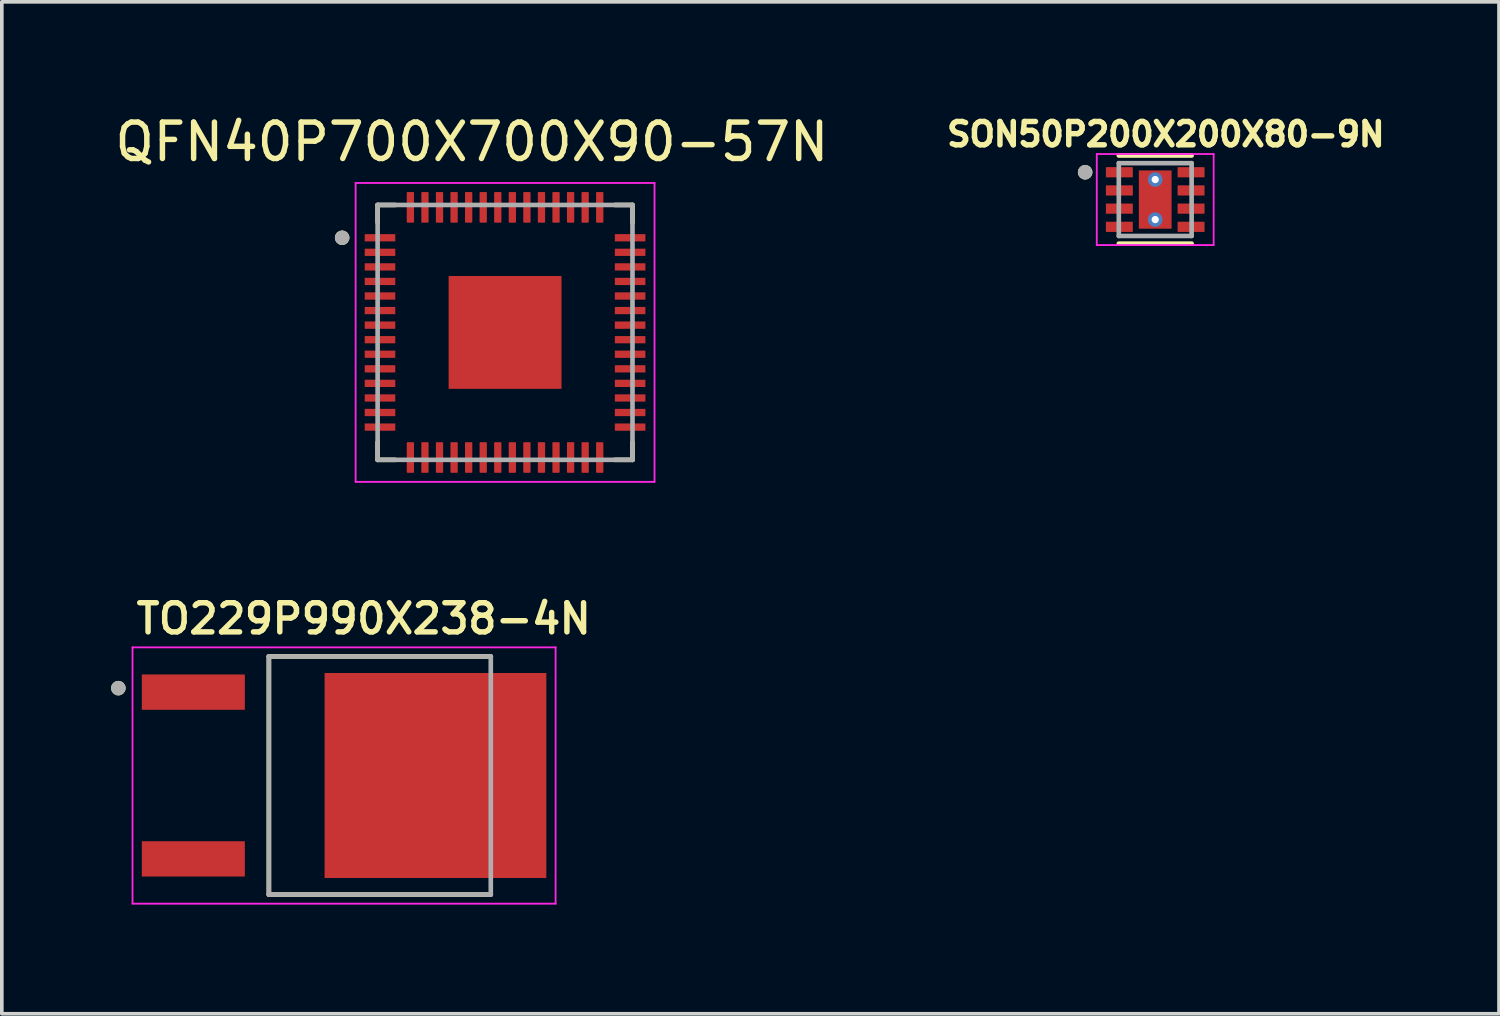
<source format=kicad_pcb>
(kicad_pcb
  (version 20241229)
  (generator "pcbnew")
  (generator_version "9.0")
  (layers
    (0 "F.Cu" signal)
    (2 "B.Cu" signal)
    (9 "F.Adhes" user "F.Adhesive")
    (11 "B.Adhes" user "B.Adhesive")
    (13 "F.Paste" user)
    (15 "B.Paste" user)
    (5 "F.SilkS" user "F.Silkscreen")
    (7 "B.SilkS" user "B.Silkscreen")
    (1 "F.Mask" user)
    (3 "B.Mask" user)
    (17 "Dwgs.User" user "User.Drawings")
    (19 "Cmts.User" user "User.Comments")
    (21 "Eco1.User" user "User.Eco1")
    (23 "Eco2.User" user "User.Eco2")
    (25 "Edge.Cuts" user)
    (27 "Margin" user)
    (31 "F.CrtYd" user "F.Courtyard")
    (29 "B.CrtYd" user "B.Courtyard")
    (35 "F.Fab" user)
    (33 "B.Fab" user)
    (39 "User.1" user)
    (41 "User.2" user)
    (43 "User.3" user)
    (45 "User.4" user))
  (footprint "TO229P990X238-4N"
    (layer "F.Cu")
    (at 6.4 18.25)
    (property "Reference" "TO229P990X238-4N" (at 0.54 -4.308 0) (layer "F.SilkS") (effects (font (size 0.8 0.8) (thickness 0.15))))
    (attr through_hole)
    (fp_line (start -2.065 -3.27) (end -2.065 3.27) (stroke (width 0.127) (type solid)) (layer "F.SilkS"))
    (fp_line (start -2.065 3.27) (end 4.03 3.27) (stroke (width 0.127) (type solid)) (layer "F.SilkS"))
    (fp_line (start 4.03 -3.27) (end -2.065 -3.27) (stroke (width 0.127) (type solid)) (layer "F.SilkS"))
    (fp_circle (center -6.2 -2.4) (end -6.1 -2.4) (stroke (width 0.2) (type solid)) (fill no) (layer "F.SilkS"))
    (fp_poly (pts (xy -0.175 -2.28) (xy 1.135 -2.28) (xy 1.135 -0.54) (xy -0.175 -0.54)) (stroke (width 0.01) (type solid)) (fill yes) (layer "F.Paste"))
    (fp_poly (pts (xy -0.175 0.54) (xy 1.135 0.54) (xy 1.135 2.28) (xy -0.175 2.28)) (stroke (width 0.01) (type solid)) (fill yes) (layer "F.Paste"))
    (fp_poly (pts (xy 1.855 -2.28) (xy 3.165 -2.28) (xy 3.165 -0.54) (xy 1.855 -0.54)) (stroke (width 0.01) (type solid)) (fill yes) (layer "F.Paste"))
    (fp_poly (pts (xy 1.855 0.54) (xy 3.165 0.54) (xy 3.165 2.28) (xy 1.855 2.28)) (stroke (width 0.01) (type solid)) (fill yes) (layer "F.Paste"))
    (fp_poly (pts (xy 3.885 -2.28) (xy 5.195 -2.28) (xy 5.195 -0.54) (xy 3.885 -0.54)) (stroke (width 0.01) (type solid)) (fill yes) (layer "F.Paste"))
    (fp_poly (pts (xy 3.885 0.54) (xy 5.195 0.54) (xy 5.195 2.28) (xy 3.885 2.28)) (stroke (width 0.01) (type solid)) (fill yes) (layer "F.Paste"))
    (fp_line (start -5.81 -3.52) (end -5.81 3.52) (stroke (width 0.05) (type solid)) (layer "F.CrtYd"))
    (fp_line (start -5.81 3.52) (end 5.81 3.52) (stroke (width 0.05) (type solid)) (layer "F.CrtYd"))
    (fp_line (start 5.81 -3.52) (end -5.81 -3.52) (stroke (width 0.05) (type solid)) (layer "F.CrtYd"))
    (fp_line (start 5.81 3.52) (end 5.81 -3.52) (stroke (width 0.05) (type solid)) (layer "F.CrtYd"))
    (fp_line (start -2.065 -3.27) (end -2.065 3.27) (stroke (width 0.127) (type solid)) (layer "F.Fab"))
    (fp_line (start -2.065 3.27) (end 4.03 3.27) (stroke (width 0.127) (type solid)) (layer "F.Fab"))
    (fp_line (start 4.03 -3.27) (end -2.065 -3.27) (stroke (width 0.127) (type solid)) (layer "F.Fab"))
    (fp_line (start 4.03 3.27) (end 4.03 -3.27) (stroke (width 0.127) (type solid)) (layer "F.Fab"))
    (fp_circle (center -6.2 -2.4) (end -6.1 -2.4) (stroke (width 0.2) (type solid)) (fill no) (layer "F.Fab"))
    (pad "1" smd rect (at -4.14 -2.29) (size 2.83 0.97) (layers "F.Cu" "F.Mask" "F.Paste"))
    (pad "3" smd rect (at -4.14 2.29) (size 2.83 0.97) (layers "F.Cu" "F.Mask" "F.Paste"))
    (pad "4" smd rect (at 2.51 0) (size 6.09 5.63) (layers "F.Cu" "F.Mask")))
  (footprint "SON50P200X200X80-9N"
    (layer "F.Cu")
    (at 28.679 2.431)
    (property "Reference" "SON50P200X200X80-9N" (at 0.292 -1.793 0) (layer "F.SilkS") (effects (font (size 0.64 0.64) (thickness 0.15))))
    (attr through_hole)
    (fp_line (start -1 -1.21) (end 1 -1.21) (stroke (width 0.127) (type solid)) (layer "F.SilkS"))
    (fp_line (start -1 1.21) (end 1 1.21) (stroke (width 0.127) (type solid)) (layer "F.SilkS"))
    (fp_circle (center -1.925 -0.75) (end -1.825 -0.75) (stroke (width 0.2) (type solid)) (fill no) (layer "F.SilkS"))
    (fp_poly (pts (xy -0.28 -0.51) (xy 0.28 -0.51) (xy 0.28 0.51) (xy -0.28 0.51)) (stroke (width 0.01) (type solid)) (fill yes) (layer "F.Paste"))
    (fp_line (start -1.605 -1.25) (end -1.605 1.25) (stroke (width 0.05) (type solid)) (layer "F.CrtYd"))
    (fp_line (start -1.605 -1.25) (end 1.605 -1.25) (stroke (width 0.05) (type solid)) (layer "F.CrtYd"))
    (fp_line (start -1.605 1.25) (end 1.605 1.25) (stroke (width 0.05) (type solid)) (layer "F.CrtYd"))
    (fp_line (start 1.605 -1.25) (end 1.605 1.25) (stroke (width 0.05) (type solid)) (layer "F.CrtYd"))
    (fp_line (start -1 -1) (end -1 1) (stroke (width 0.127) (type solid)) (layer "F.Fab"))
    (fp_line (start -1 -1) (end 1 -1) (stroke (width 0.127) (type solid)) (layer "F.Fab"))
    (fp_line (start -1 1) (end 1 1) (stroke (width 0.127) (type solid)) (layer "F.Fab"))
    (fp_line (start 1 -1) (end 1 1) (stroke (width 0.127) (type solid)) (layer "F.Fab"))
    (fp_circle (center -1.925 -0.75) (end -1.825 -0.75) (stroke (width 0.2) (type solid)) (fill no) (layer "F.Fab"))
    (pad "1" smd roundrect (at -0.985 -0.75) (size 0.74 0.28) (layers "F.Cu" "F.Mask" "F.Paste") (roundrect_rratio 0.04))
    (pad "2" smd roundrect (at -0.985 -0.25) (size 0.74 0.28) (layers "F.Cu" "F.Mask" "F.Paste") (roundrect_rratio 0.04))
    (pad "3" smd roundrect (at -0.985 0.25) (size 0.74 0.28) (layers "F.Cu" "F.Mask" "F.Paste") (roundrect_rratio 0.04))
    (pad "4" smd roundrect (at -0.985 0.75) (size 0.74 0.28) (layers "F.Cu" "F.Mask" "F.Paste") (roundrect_rratio 0.04))
    (pad "5" smd roundrect (at 0.985 0.75) (size 0.74 0.28) (layers "F.Cu" "F.Mask" "F.Paste") (roundrect_rratio 0.04))
    (pad "6" smd roundrect (at 0.985 0.25) (size 0.74 0.28) (layers "F.Cu" "F.Mask" "F.Paste") (roundrect_rratio 0.04))
    (pad "7" smd roundrect (at 0.985 -0.25) (size 0.74 0.28) (layers "F.Cu" "F.Mask" "F.Paste") (roundrect_rratio 0.04))
    (pad "8" smd roundrect (at 0.985 -0.75) (size 0.74 0.28) (layers "F.Cu" "F.Mask" "F.Paste") (roundrect_rratio 0.04))
    (pad "9" smd rect (at 0 0) (size 0.9 1.6) (layers "F.Cu" "F.Mask"))
    (pad "9_1" thru_hole circle (at 0 -0.55) (size 0.4 0.4) (drill 0.2) (layers "*.Cu"))
    (pad "9_2" thru_hole circle (at 0 0.55) (size 0.4 0.4) (drill 0.2) (layers "*.Cu")))
  (footprint "QFN40P700X700X90-57N"
    (layer "F.Cu")
    (at 10.822 6.08)
    (property "Reference" "QFN40P700X700X90-57N" (at -0.911 -5.232 0) (layer "F.SilkS") (effects (font (size 1 1) (thickness 0.15))))
    (attr through_hole)
    (fp_line (start -3.5 -3.5) (end -3.5 -3.02) (stroke (width 0.127) (type solid)) (layer "F.SilkS"))
    (fp_line (start -3.5 -3.5) (end -3.02 -3.5) (stroke (width 0.127) (type solid)) (layer "F.SilkS"))
    (fp_line (start -3.5 3.5) (end -3.5 3.02) (stroke (width 0.127) (type solid)) (layer "F.SilkS"))
    (fp_line (start -3.5 3.5) (end -3.02 3.5) (stroke (width 0.127) (type solid)) (layer "F.SilkS"))
    (fp_line (start 3.5 -3.5) (end 3.02 -3.5) (stroke (width 0.127) (type solid)) (layer "F.SilkS"))
    (fp_line (start 3.5 -3.5) (end 3.5 -3.02) (stroke (width 0.127) (type solid)) (layer "F.SilkS"))
    (fp_line (start 3.5 3.5) (end 3.02 3.5) (stroke (width 0.127) (type solid)) (layer "F.SilkS"))
    (fp_line (start 3.5 3.5) (end 3.5 3.02) (stroke (width 0.127) (type solid)) (layer "F.SilkS"))
    (fp_circle (center -4.475 -2.6) (end -4.375 -2.6) (stroke (width 0.2) (type solid)) (fill no) (layer "F.SilkS"))
    (fp_poly (pts (xy -0.98 -0.98) (xy 0.98 -0.98) (xy 0.98 0.98) (xy -0.98 0.98)) (stroke (width 0.01) (type solid)) (fill yes) (layer "F.Paste"))
    (fp_line (start -4.105 -4.105) (end 4.105 -4.105) (stroke (width 0.05) (type solid)) (layer "F.CrtYd"))
    (fp_line (start -4.105 4.105) (end -4.105 -4.105) (stroke (width 0.05) (type solid)) (layer "F.CrtYd"))
    (fp_line (start -4.105 4.105) (end 4.105 4.105) (stroke (width 0.05) (type solid)) (layer "F.CrtYd"))
    (fp_line (start 4.105 4.105) (end 4.105 -4.105) (stroke (width 0.05) (type solid)) (layer "F.CrtYd"))
    (fp_line (start -3.5 3.5) (end -3.5 -3.5) (stroke (width 0.127) (type solid)) (layer "F.Fab"))
    (fp_line (start 3.5 -3.5) (end -3.5 -3.5) (stroke (width 0.127) (type solid)) (layer "F.Fab"))
    (fp_line (start 3.5 3.5) (end -3.5 3.5) (stroke (width 0.127) (type solid)) (layer "F.Fab"))
    (fp_line (start 3.5 3.5) (end 3.5 -3.5) (stroke (width 0.127) (type solid)) (layer "F.Fab"))
    (fp_circle (center -4.475 -2.6) (end -4.375 -2.6) (stroke (width 0.2) (type solid)) (fill no) (layer "F.Fab"))
    (pad "1" smd roundrect (at -3.435 -2.6) (size 0.84 0.2) (layers "F.Cu" "F.Mask" "F.Paste") (roundrect_rratio 0.03))
    (pad "2" smd roundrect (at -3.435 -2.2) (size 0.84 0.2) (layers "F.Cu" "F.Mask" "F.Paste") (roundrect_rratio 0.03))
    (pad "3" smd roundrect (at -3.435 -1.8) (size 0.84 0.2) (layers "F.Cu" "F.Mask" "F.Paste") (roundrect_rratio 0.03))
    (pad "4" smd roundrect (at -3.435 -1.4) (size 0.84 0.2) (layers "F.Cu" "F.Mask" "F.Paste") (roundrect_rratio 0.03))
    (pad "5" smd roundrect (at -3.435 -1) (size 0.84 0.2) (layers "F.Cu" "F.Mask" "F.Paste") (roundrect_rratio 0.03))
    (pad "6" smd roundrect (at -3.435 -0.6) (size 0.84 0.2) (layers "F.Cu" "F.Mask" "F.Paste") (roundrect_rratio 0.03))
    (pad "7" smd roundrect (at -3.435 -0.2) (size 0.84 0.2) (layers "F.Cu" "F.Mask" "F.Paste") (roundrect_rratio 0.03))
    (pad "8" smd roundrect (at -3.435 0.2) (size 0.84 0.2) (layers "F.Cu" "F.Mask" "F.Paste") (roundrect_rratio 0.03))
    (pad "9" smd roundrect (at -3.435 0.6) (size 0.84 0.2) (layers "F.Cu" "F.Mask" "F.Paste") (roundrect_rratio 0.03))
    (pad "10" smd roundrect (at -3.435 1) (size 0.84 0.2) (layers "F.Cu" "F.Mask" "F.Paste") (roundrect_rratio 0.03))
    (pad "11" smd roundrect (at -3.435 1.4) (size 0.84 0.2) (layers "F.Cu" "F.Mask" "F.Paste") (roundrect_rratio 0.03))
    (pad "12" smd roundrect (at -3.435 1.8) (size 0.84 0.2) (layers "F.Cu" "F.Mask" "F.Paste") (roundrect_rratio 0.03))
    (pad "13" smd roundrect (at -3.435 2.2) (size 0.84 0.2) (layers "F.Cu" "F.Mask" "F.Paste") (roundrect_rratio 0.03))
    (pad "14" smd roundrect (at -3.435 2.6) (size 0.84 0.2) (layers "F.Cu" "F.Mask" "F.Paste") (roundrect_rratio 0.03))
    (pad "15" smd roundrect (at -2.6 3.435) (size 0.2 0.84) (layers "F.Cu" "F.Mask" "F.Paste") (roundrect_rratio 0.1))
    (pad "16" smd roundrect (at -2.2 3.435) (size 0.2 0.84) (layers "F.Cu" "F.Mask" "F.Paste") (roundrect_rratio 0.1))
    (pad "17" smd roundrect (at -1.8 3.435) (size 0.2 0.84) (layers "F.Cu" "F.Mask" "F.Paste") (roundrect_rratio 0.1))
    (pad "18" smd roundrect (at -1.4 3.435) (size 0.2 0.84) (layers "F.Cu" "F.Mask" "F.Paste") (roundrect_rratio 0.1))
    (pad "19" smd roundrect (at -1 3.435) (size 0.2 0.84) (layers "F.Cu" "F.Mask" "F.Paste") (roundrect_rratio 0.1))
    (pad "20" smd roundrect (at -0.6 3.435) (size 0.2 0.84) (layers "F.Cu" "F.Mask" "F.Paste") (roundrect_rratio 0.1))
    (pad "21" smd roundrect (at -0.2 3.435) (size 0.2 0.84) (layers "F.Cu" "F.Mask" "F.Paste") (roundrect_rratio 0.1))
    (pad "22" smd roundrect (at 0.2 3.435) (size 0.2 0.84) (layers "F.Cu" "F.Mask" "F.Paste") (roundrect_rratio 0.1))
    (pad "23" smd roundrect (at 0.6 3.435) (size 0.2 0.84) (layers "F.Cu" "F.Mask" "F.Paste") (roundrect_rratio 0.1))
    (pad "24" smd roundrect (at 1 3.435) (size 0.2 0.84) (layers "F.Cu" "F.Mask" "F.Paste") (roundrect_rratio 0.1))
    (pad "25" smd roundrect (at 1.4 3.435) (size 0.2 0.84) (layers "F.Cu" "F.Mask" "F.Paste") (roundrect_rratio 0.1))
    (pad "26" smd roundrect (at 1.8 3.435) (size 0.2 0.84) (layers "F.Cu" "F.Mask" "F.Paste") (roundrect_rratio 0.1))
    (pad "27" smd roundrect (at 2.2 3.435) (size 0.2 0.84) (layers "F.Cu" "F.Mask" "F.Paste") (roundrect_rratio 0.1))
    (pad "28" smd roundrect (at 2.6 3.435) (size 0.2 0.84) (layers "F.Cu" "F.Mask" "F.Paste") (roundrect_rratio 0.1))
    (pad "29" smd roundrect (at 3.435 2.6) (size 0.84 0.2) (layers "F.Cu" "F.Mask" "F.Paste") (roundrect_rratio 0.03))
    (pad "30" smd roundrect (at 3.435 2.2) (size 0.84 0.2) (layers "F.Cu" "F.Mask" "F.Paste") (roundrect_rratio 0.03))
    (pad "31" smd roundrect (at 3.435 1.8) (size 0.84 0.2) (layers "F.Cu" "F.Mask" "F.Paste") (roundrect_rratio 0.03))
    (pad "32" smd roundrect (at 3.435 1.4) (size 0.84 0.2) (layers "F.Cu" "F.Mask" "F.Paste") (roundrect_rratio 0.03))
    (pad "33" smd roundrect (at 3.435 1) (size 0.84 0.2) (layers "F.Cu" "F.Mask" "F.Paste") (roundrect_rratio 0.03))
    (pad "34" smd roundrect (at 3.435 0.6) (size 0.84 0.2) (layers "F.Cu" "F.Mask" "F.Paste") (roundrect_rratio 0.03))
    (pad "35" smd roundrect (at 3.435 0.2) (size 0.84 0.2) (layers "F.Cu" "F.Mask" "F.Paste") (roundrect_rratio 0.03))
    (pad "36" smd roundrect (at 3.435 -0.2) (size 0.84 0.2) (layers "F.Cu" "F.Mask" "F.Paste") (roundrect_rratio 0.03))
    (pad "37" smd roundrect (at 3.435 -0.6) (size 0.84 0.2) (layers "F.Cu" "F.Mask" "F.Paste") (roundrect_rratio 0.03))
    (pad "38" smd roundrect (at 3.435 -1) (size 0.84 0.2) (layers "F.Cu" "F.Mask" "F.Paste") (roundrect_rratio 0.03))
    (pad "39" smd roundrect (at 3.435 -1.4) (size 0.84 0.2) (layers "F.Cu" "F.Mask" "F.Paste") (roundrect_rratio 0.03))
    (pad "40" smd roundrect (at 3.435 -1.8) (size 0.84 0.2) (layers "F.Cu" "F.Mask" "F.Paste") (roundrect_rratio 0.03))
    (pad "41" smd roundrect (at 3.435 -2.2) (size 0.84 0.2) (layers "F.Cu" "F.Mask" "F.Paste") (roundrect_rratio 0.03))
    (pad "42" smd roundrect (at 3.435 -2.6) (size 0.84 0.2) (layers "F.Cu" "F.Mask" "F.Paste") (roundrect_rratio 0.03))
    (pad "43" smd roundrect (at 2.6 -3.435) (size 0.2 0.84) (layers "F.Cu" "F.Mask" "F.Paste") (roundrect_rratio 0.1))
    (pad "44" smd roundrect (at 2.2 -3.435) (size 0.2 0.84) (layers "F.Cu" "F.Mask" "F.Paste") (roundrect_rratio 0.1))
    (pad "45" smd roundrect (at 1.8 -3.435) (size 0.2 0.84) (layers "F.Cu" "F.Mask" "F.Paste") (roundrect_rratio 0.1))
    (pad "46" smd roundrect (at 1.4 -3.435) (size 0.2 0.84) (layers "F.Cu" "F.Mask" "F.Paste") (roundrect_rratio 0.1))
    (pad "47" smd roundrect (at 1 -3.435) (size 0.2 0.84) (layers "F.Cu" "F.Mask" "F.Paste") (roundrect_rratio 0.1))
    (pad "48" smd roundrect (at 0.6 -3.435) (size 0.2 0.84) (layers "F.Cu" "F.Mask" "F.Paste") (roundrect_rratio 0.1))
    (pad "49" smd roundrect (at 0.2 -3.435) (size 0.2 0.84) (layers "F.Cu" "F.Mask" "F.Paste") (roundrect_rratio 0.1))
    (pad "50" smd roundrect (at -0.2 -3.435) (size 0.2 0.84) (layers "F.Cu" "F.Mask" "F.Paste") (roundrect_rratio 0.1))
    (pad "51" smd roundrect (at -0.6 -3.435) (size 0.2 0.84) (layers "F.Cu" "F.Mask" "F.Paste") (roundrect_rratio 0.1))
    (pad "52" smd roundrect (at -1 -3.435) (size 0.2 0.84) (layers "F.Cu" "F.Mask" "F.Paste") (roundrect_rratio 0.1))
    (pad "53" smd roundrect (at -1.4 -3.435) (size 0.2 0.84) (layers "F.Cu" "F.Mask" "F.Paste") (roundrect_rratio 0.1))
    (pad "54" smd roundrect (at -1.8 -3.435) (size 0.2 0.84) (layers "F.Cu" "F.Mask" "F.Paste") (roundrect_rratio 0.1))
    (pad "55" smd roundrect (at -2.2 -3.435) (size 0.2 0.84) (layers "F.Cu" "F.Mask" "F.Paste") (roundrect_rratio 0.1))
    (pad "56" smd roundrect (at -2.6 -3.435) (size 0.2 0.84) (layers "F.Cu" "F.Mask" "F.Paste") (roundrect_rratio 0.1))
    (pad "57" smd rect (at 0 0) (size 3.1 3.1) (layers "F.Cu" "F.Mask")))
  (gr_rect
    (start -3 -3)
    (end 38.121 24.794)
    (stroke (width 0.1) (type default))
    (fill no)
    (layer "Edge.Cuts")))
</source>
